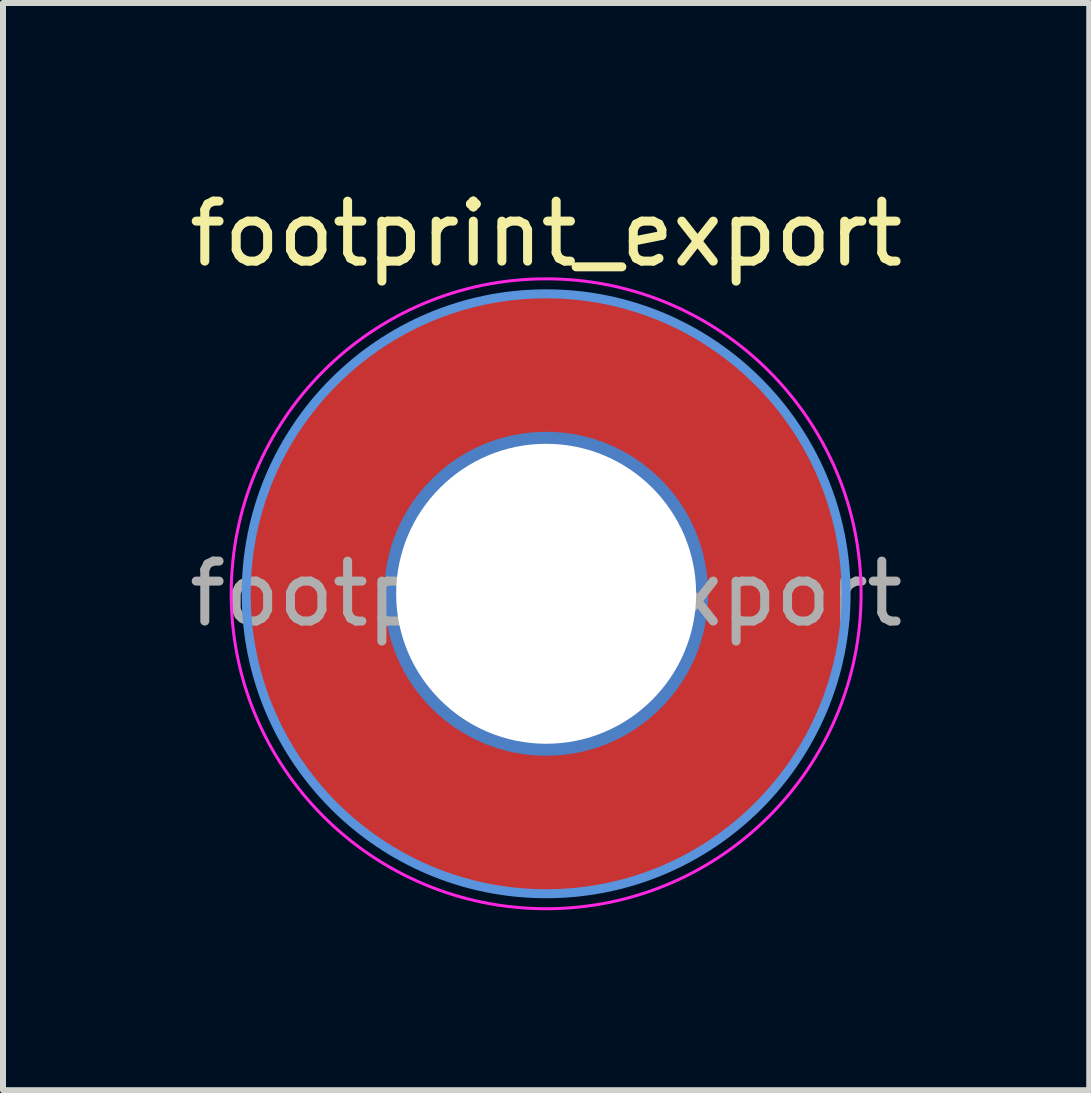
<source format=kicad_pcb>
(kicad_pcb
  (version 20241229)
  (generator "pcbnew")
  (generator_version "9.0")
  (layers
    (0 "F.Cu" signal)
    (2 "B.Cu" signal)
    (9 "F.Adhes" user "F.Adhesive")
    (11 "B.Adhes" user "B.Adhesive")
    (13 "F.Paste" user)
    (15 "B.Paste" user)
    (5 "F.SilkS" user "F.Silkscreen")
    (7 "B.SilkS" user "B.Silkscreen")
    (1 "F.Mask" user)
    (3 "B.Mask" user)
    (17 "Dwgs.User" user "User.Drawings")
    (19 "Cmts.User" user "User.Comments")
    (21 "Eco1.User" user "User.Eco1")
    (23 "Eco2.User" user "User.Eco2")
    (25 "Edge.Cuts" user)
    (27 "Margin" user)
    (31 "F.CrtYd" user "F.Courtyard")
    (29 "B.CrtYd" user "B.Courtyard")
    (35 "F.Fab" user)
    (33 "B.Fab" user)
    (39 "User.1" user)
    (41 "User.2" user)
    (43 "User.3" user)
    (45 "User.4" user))
  (footprint "footprint_export"
    (layer "F.Cu")
    (at 6.054 6.848)
    (property "Reference" "footprint_export" (at 0 -6 0) (layer "F.SilkS") (effects (font (size 1 1) (thickness 0.15))))
    (attr exclude_from_pos_files exclude_from_bom)
    (fp_circle (center 0 0) (end 5 0) (stroke (width 0.15) (type solid)) (fill no) (layer "Cmts.User"))
    (fp_circle (center 0 0) (end 5.25 0) (stroke (width 0.05) (type solid)) (fill no) (layer "F.CrtYd"))
    (fp_text user "${REFERENCE}" (at 0 0 0) (layer "F.Fab") (effects (font (size 1 1) (thickness 0.15))))
    (pad "1" thru_hole circle (at 0 0) (size 5.4 5.4) (drill 5) (layers "*.Cu" "*.Mask"))
    (pad "1" connect circle (at 0 0) (size 10 10) (layers "F.Cu" "F.Mask")))
  (gr_rect
    (start -3 -3)
    (end 15.107 15.123)
    (stroke (width 0.1) (type default))
    (fill no)
    (layer "Edge.Cuts")))
</source>
